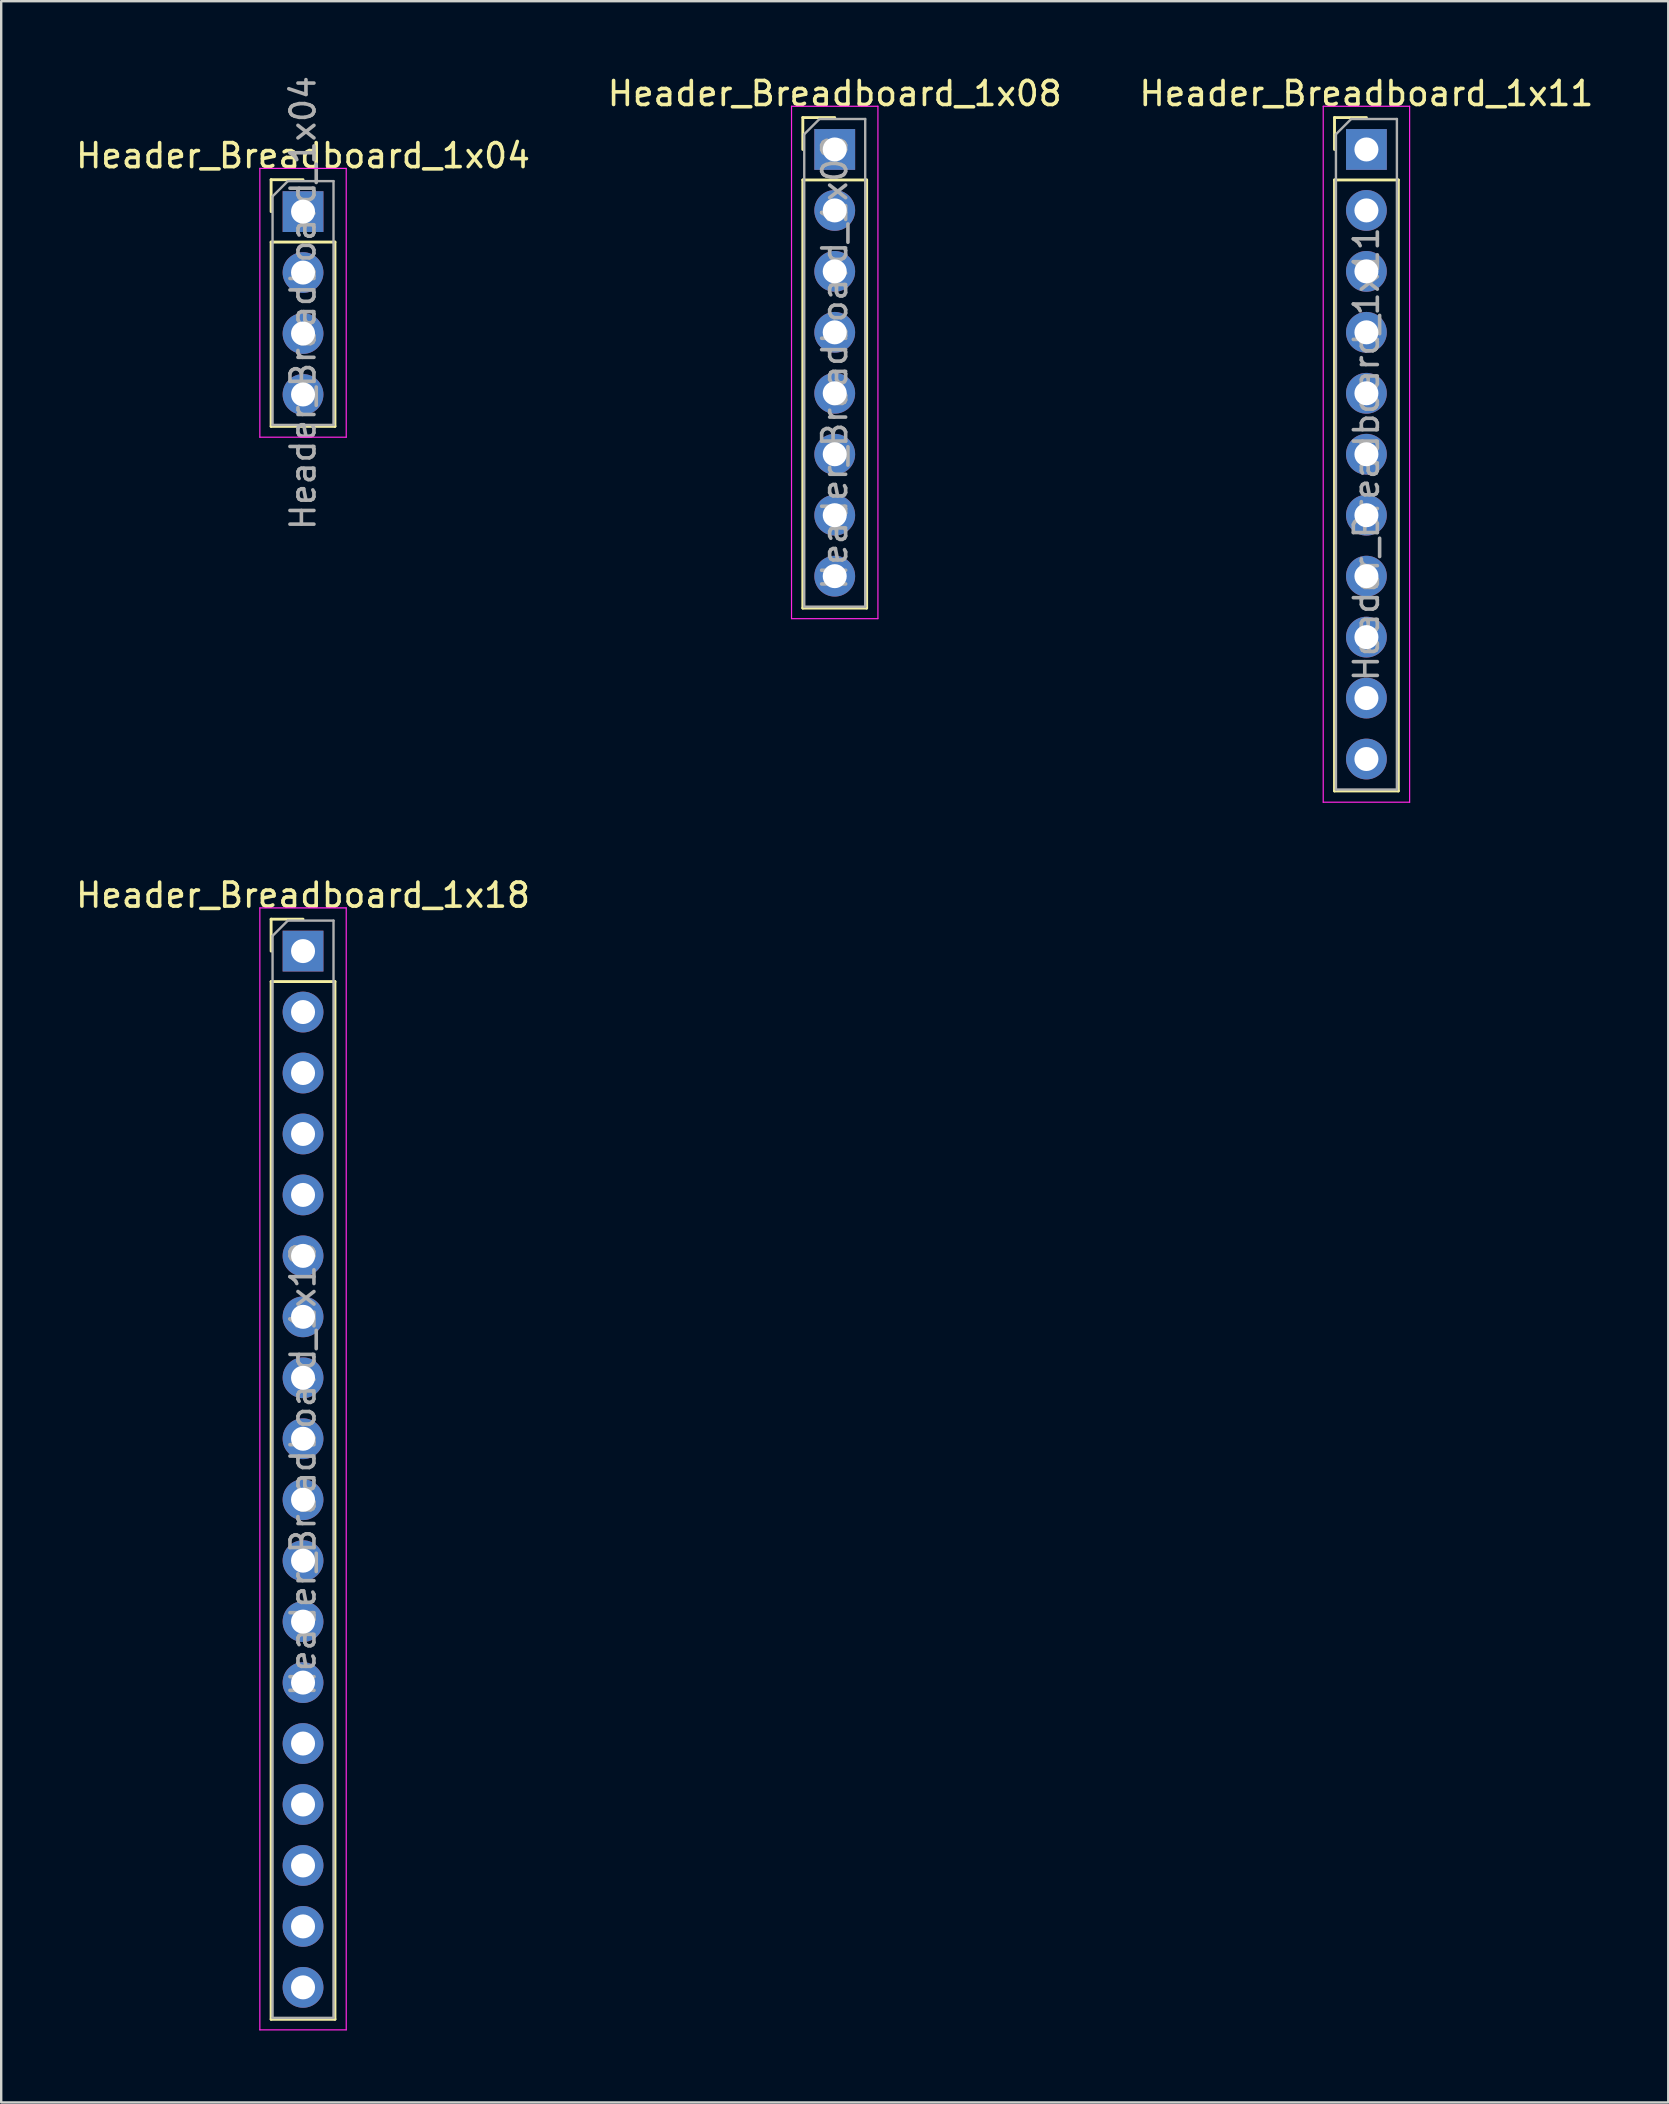
<source format=kicad_pcb>
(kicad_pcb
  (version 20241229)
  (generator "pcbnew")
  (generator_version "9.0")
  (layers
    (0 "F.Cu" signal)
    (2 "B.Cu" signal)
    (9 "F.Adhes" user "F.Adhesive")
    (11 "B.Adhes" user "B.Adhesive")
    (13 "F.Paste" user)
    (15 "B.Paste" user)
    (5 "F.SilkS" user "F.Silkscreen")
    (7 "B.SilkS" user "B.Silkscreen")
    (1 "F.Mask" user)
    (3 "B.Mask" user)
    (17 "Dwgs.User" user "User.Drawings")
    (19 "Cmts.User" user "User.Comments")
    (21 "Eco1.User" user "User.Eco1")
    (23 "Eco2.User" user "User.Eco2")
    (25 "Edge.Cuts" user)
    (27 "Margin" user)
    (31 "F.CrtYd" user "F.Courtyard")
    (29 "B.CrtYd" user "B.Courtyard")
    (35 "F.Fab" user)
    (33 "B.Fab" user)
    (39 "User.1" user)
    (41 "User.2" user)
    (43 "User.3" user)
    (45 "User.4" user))
  (footprint "Header_Breadboard_1x08"
    (layer "F.Cu")
    (at 31.732 3.178)
    (property "Reference" "Header_Breadboard_1x08" (at 0 -2.33 0) (layer "F.SilkS") (effects (font (size 1 1) (thickness 0.15))))
    (attr through_hole)
    (fp_line (start -1.33 -1.33) (end 0 -1.33) (stroke (width 0.12) (type solid)) (layer "F.SilkS"))
    (fp_line (start -1.33 0) (end -1.33 -1.33) (stroke (width 0.12) (type solid)) (layer "F.SilkS"))
    (fp_line (start -1.33 1.27) (end -1.33 19.11) (stroke (width 0.12) (type solid)) (layer "F.SilkS"))
    (fp_line (start -1.33 1.27) (end 1.33 1.27) (stroke (width 0.12) (type solid)) (layer "F.SilkS"))
    (fp_line (start -1.33 19.11) (end 1.33 19.11) (stroke (width 0.12) (type solid)) (layer "F.SilkS"))
    (fp_line (start 1.33 1.27) (end 1.33 19.11) (stroke (width 0.12) (type solid)) (layer "F.SilkS"))
    (fp_line (start -1.8 -1.8) (end -1.8 19.55) (stroke (width 0.05) (type solid)) (layer "F.CrtYd"))
    (fp_line (start -1.8 19.55) (end 1.8 19.55) (stroke (width 0.05) (type solid)) (layer "F.CrtYd"))
    (fp_line (start 1.8 -1.8) (end -1.8 -1.8) (stroke (width 0.05) (type solid)) (layer "F.CrtYd"))
    (fp_line (start 1.8 19.55) (end 1.8 -1.8) (stroke (width 0.05) (type solid)) (layer "F.CrtYd"))
    (fp_line (start -1.27 -0.635) (end -0.635 -1.27) (stroke (width 0.1) (type solid)) (layer "F.Fab"))
    (fp_line (start -1.27 19.05) (end -1.27 -0.635) (stroke (width 0.1) (type solid)) (layer "F.Fab"))
    (fp_line (start -0.635 -1.27) (end 1.27 -1.27) (stroke (width 0.1) (type solid)) (layer "F.Fab"))
    (fp_line (start 1.27 -1.27) (end 1.27 19.05) (stroke (width 0.1) (type solid)) (layer "F.Fab"))
    (fp_line (start 1.27 19.05) (end -1.27 19.05) (stroke (width 0.1) (type solid)) (layer "F.Fab"))
    (fp_text user "${REFERENCE}" (at 0 8.89 90) (layer "F.Fab") (effects (font (size 1 1) (thickness 0.15))))
    (pad "1" thru_hole rect (at 0 0) (size 1.7 1.7) (drill 1) (layers "*.Cu" "*.Mask"))
    (pad "2" thru_hole oval (at 0 2.54) (size 1.7 1.7) (drill 1) (layers "*.Cu" "*.Mask"))
    (pad "3" thru_hole oval (at 0 5.08) (size 1.7 1.7) (drill 1) (layers "*.Cu" "*.Mask"))
    (pad "4" thru_hole oval (at 0 7.62) (size 1.7 1.7) (drill 1) (layers "*.Cu" "*.Mask"))
    (pad "5" thru_hole oval (at 0 10.16) (size 1.7 1.7) (drill 1) (layers "*.Cu" "*.Mask"))
    (pad "6" thru_hole oval (at 0 12.7) (size 1.7 1.7) (drill 1) (layers "*.Cu" "*.Mask"))
    (pad "7" thru_hole oval (at 0 15.24) (size 1.7 1.7) (drill 1) (layers "*.Cu" "*.Mask"))
    (pad "8" thru_hole oval (at 0 17.78) (size 1.7 1.7) (drill 1) (layers "*.Cu" "*.Mask")))
  (footprint "Header_Breadboard_1x18"
    (layer "F.Cu")
    (at 9.577 36.581)
    (property "Reference" "Header_Breadboard_1x18" (at 0 -2.33 0) (layer "F.SilkS") (effects (font (size 1 1) (thickness 0.15))))
    (attr through_hole)
    (fp_line (start -1.33 -1.33) (end 0 -1.33) (stroke (width 0.12) (type solid)) (layer "F.SilkS"))
    (fp_line (start -1.33 0) (end -1.33 -1.33) (stroke (width 0.12) (type solid)) (layer "F.SilkS"))
    (fp_line (start -1.33 1.27) (end -1.33 44.51) (stroke (width 0.12) (type solid)) (layer "F.SilkS"))
    (fp_line (start -1.33 1.27) (end 1.33 1.27) (stroke (width 0.12) (type solid)) (layer "F.SilkS"))
    (fp_line (start -1.33 44.51) (end 1.33 44.51) (stroke (width 0.12) (type solid)) (layer "F.SilkS"))
    (fp_line (start 1.33 1.27) (end 1.33 44.51) (stroke (width 0.12) (type solid)) (layer "F.SilkS"))
    (fp_line (start -1.8 -1.8) (end -1.8 44.95) (stroke (width 0.05) (type solid)) (layer "F.CrtYd"))
    (fp_line (start -1.8 44.95) (end 1.8 44.95) (stroke (width 0.05) (type solid)) (layer "F.CrtYd"))
    (fp_line (start 1.8 -1.8) (end -1.8 -1.8) (stroke (width 0.05) (type solid)) (layer "F.CrtYd"))
    (fp_line (start 1.8 44.95) (end 1.8 -1.8) (stroke (width 0.05) (type solid)) (layer "F.CrtYd"))
    (fp_line (start -1.27 -0.635) (end -0.635 -1.27) (stroke (width 0.1) (type solid)) (layer "F.Fab"))
    (fp_line (start -1.27 44.45) (end -1.27 -0.635) (stroke (width 0.1) (type solid)) (layer "F.Fab"))
    (fp_line (start -0.635 -1.27) (end 1.27 -1.27) (stroke (width 0.1) (type solid)) (layer "F.Fab"))
    (fp_line (start 1.27 -1.27) (end 1.27 44.45) (stroke (width 0.1) (type solid)) (layer "F.Fab"))
    (fp_line (start 1.27 44.45) (end -1.27 44.45) (stroke (width 0.1) (type solid)) (layer "F.Fab"))
    (fp_text user "${REFERENCE}" (at 0 21.59 90) (layer "F.Fab") (effects (font (size 1 1) (thickness 0.15))))
    (pad "1" thru_hole rect (at 0 0) (size 1.7 1.7) (drill 1) (layers "*.Cu" "*.Mask"))
    (pad "2" thru_hole oval (at 0 2.54) (size 1.7 1.7) (drill 1) (layers "*.Cu" "*.Mask"))
    (pad "3" thru_hole oval (at 0 5.08) (size 1.7 1.7) (drill 1) (layers "*.Cu" "*.Mask"))
    (pad "4" thru_hole oval (at 0 7.62) (size 1.7 1.7) (drill 1) (layers "*.Cu" "*.Mask"))
    (pad "5" thru_hole oval (at 0 10.16) (size 1.7 1.7) (drill 1) (layers "*.Cu" "*.Mask"))
    (pad "6" thru_hole oval (at 0 12.7) (size 1.7 1.7) (drill 1) (layers "*.Cu" "*.Mask"))
    (pad "7" thru_hole oval (at 0 15.24) (size 1.7 1.7) (drill 1) (layers "*.Cu" "*.Mask"))
    (pad "8" thru_hole oval (at 0 17.78) (size 1.7 1.7) (drill 1) (layers "*.Cu" "*.Mask"))
    (pad "9" thru_hole oval (at 0 20.32) (size 1.7 1.7) (drill 1) (layers "*.Cu" "*.Mask"))
    (pad "10" thru_hole oval (at 0 22.86) (size 1.7 1.7) (drill 1) (layers "*.Cu" "*.Mask"))
    (pad "11" thru_hole oval (at 0 25.4) (size 1.7 1.7) (drill 1) (layers "*.Cu" "*.Mask"))
    (pad "12" thru_hole oval (at 0 27.94) (size 1.7 1.7) (drill 1) (layers "*.Cu" "*.Mask"))
    (pad "13" thru_hole oval (at 0 30.48) (size 1.7 1.7) (drill 1) (layers "*.Cu" "*.Mask"))
    (pad "14" thru_hole oval (at 0 33.02) (size 1.7 1.7) (drill 1) (layers "*.Cu" "*.Mask"))
    (pad "15" thru_hole oval (at 0 35.56) (size 1.7 1.7) (drill 1) (layers "*.Cu" "*.Mask"))
    (pad "16" thru_hole oval (at 0 38.1) (size 1.7 1.7) (drill 1) (layers "*.Cu" "*.Mask"))
    (pad "17" thru_hole oval (at 0 40.64) (size 1.7 1.7) (drill 1) (layers "*.Cu" "*.Mask"))
    (pad "18" thru_hole oval (at 0 43.18) (size 1.7 1.7) (drill 1) (layers "*.Cu" "*.Mask")))
  (footprint "Header_Breadboard_1x11"
    (layer "F.Cu")
    (at 53.887 3.178)
    (property "Reference" "Header_Breadboard_1x11" (at 0 -2.33 0) (layer "F.SilkS") (effects (font (size 1 1) (thickness 0.15))))
    (attr through_hole)
    (fp_line (start -1.33 -1.33) (end 0 -1.33) (stroke (width 0.12) (type solid)) (layer "F.SilkS"))
    (fp_line (start -1.33 0) (end -1.33 -1.33) (stroke (width 0.12) (type solid)) (layer "F.SilkS"))
    (fp_line (start -1.33 1.27) (end -1.33 26.73) (stroke (width 0.12) (type solid)) (layer "F.SilkS"))
    (fp_line (start -1.33 1.27) (end 1.33 1.27) (stroke (width 0.12) (type solid)) (layer "F.SilkS"))
    (fp_line (start -1.33 26.73) (end 1.33 26.73) (stroke (width 0.12) (type solid)) (layer "F.SilkS"))
    (fp_line (start 1.33 1.27) (end 1.33 26.73) (stroke (width 0.12) (type solid)) (layer "F.SilkS"))
    (fp_line (start -1.8 -1.8) (end -1.8 27.2) (stroke (width 0.05) (type solid)) (layer "F.CrtYd"))
    (fp_line (start -1.8 27.2) (end 1.8 27.2) (stroke (width 0.05) (type solid)) (layer "F.CrtYd"))
    (fp_line (start 1.8 -1.8) (end -1.8 -1.8) (stroke (width 0.05) (type solid)) (layer "F.CrtYd"))
    (fp_line (start 1.8 27.2) (end 1.8 -1.8) (stroke (width 0.05) (type solid)) (layer "F.CrtYd"))
    (fp_line (start -1.27 -0.635) (end -0.635 -1.27) (stroke (width 0.1) (type solid)) (layer "F.Fab"))
    (fp_line (start -1.27 26.67) (end -1.27 -0.635) (stroke (width 0.1) (type solid)) (layer "F.Fab"))
    (fp_line (start -0.635 -1.27) (end 1.27 -1.27) (stroke (width 0.1) (type solid)) (layer "F.Fab"))
    (fp_line (start 1.27 -1.27) (end 1.27 26.67) (stroke (width 0.1) (type solid)) (layer "F.Fab"))
    (fp_line (start 1.27 26.67) (end -1.27 26.67) (stroke (width 0.1) (type solid)) (layer "F.Fab"))
    (fp_text user "${REFERENCE}" (at 0 12.7 90) (layer "F.Fab") (effects (font (size 1 1) (thickness 0.15))))
    (pad "1" thru_hole rect (at 0 0) (size 1.7 1.7) (drill 1) (layers "*.Cu" "*.Mask"))
    (pad "2" thru_hole oval (at 0 2.54) (size 1.7 1.7) (drill 1) (layers "*.Cu" "*.Mask"))
    (pad "3" thru_hole oval (at 0 5.08) (size 1.7 1.7) (drill 1) (layers "*.Cu" "*.Mask"))
    (pad "4" thru_hole oval (at 0 7.62) (size 1.7 1.7) (drill 1) (layers "*.Cu" "*.Mask"))
    (pad "5" thru_hole oval (at 0 10.16) (size 1.7 1.7) (drill 1) (layers "*.Cu" "*.Mask"))
    (pad "6" thru_hole oval (at 0 12.7) (size 1.7 1.7) (drill 1) (layers "*.Cu" "*.Mask"))
    (pad "7" thru_hole oval (at 0 15.24) (size 1.7 1.7) (drill 1) (layers "*.Cu" "*.Mask"))
    (pad "8" thru_hole oval (at 0 17.78) (size 1.7 1.7) (drill 1) (layers "*.Cu" "*.Mask"))
    (pad "9" thru_hole oval (at 0 20.32) (size 1.7 1.7) (drill 1) (layers "*.Cu" "*.Mask"))
    (pad "10" thru_hole oval (at 0 22.86) (size 1.7 1.7) (drill 1) (layers "*.Cu" "*.Mask"))
    (pad "11" thru_hole oval (at 0 25.4) (size 1.7 1.7) (drill 1) (layers "*.Cu" "*.Mask")))
  (footprint "Header_Breadboard_1x04"
    (layer "F.Cu")
    (at 9.577 5.767)
    (property "Reference" "Header_Breadboard_1x04" (at 0 -2.33 0) (layer "F.SilkS") (effects (font (size 1 1) (thickness 0.15))))
    (attr through_hole)
    (fp_line (start -1.33 -1.33) (end 0 -1.33) (stroke (width 0.12) (type solid)) (layer "F.SilkS"))
    (fp_line (start -1.33 0) (end -1.33 -1.33) (stroke (width 0.12) (type solid)) (layer "F.SilkS"))
    (fp_line (start -1.33 1.27) (end -1.33 8.95) (stroke (width 0.12) (type solid)) (layer "F.SilkS"))
    (fp_line (start -1.33 1.27) (end 1.33 1.27) (stroke (width 0.12) (type solid)) (layer "F.SilkS"))
    (fp_line (start -1.33 8.95) (end 1.33 8.95) (stroke (width 0.12) (type solid)) (layer "F.SilkS"))
    (fp_line (start 1.33 1.27) (end 1.33 8.95) (stroke (width 0.12) (type solid)) (layer "F.SilkS"))
    (fp_line (start -1.8 -1.8) (end -1.8 9.4) (stroke (width 0.05) (type solid)) (layer "F.CrtYd"))
    (fp_line (start -1.8 9.4) (end 1.8 9.4) (stroke (width 0.05) (type solid)) (layer "F.CrtYd"))
    (fp_line (start 1.8 -1.8) (end -1.8 -1.8) (stroke (width 0.05) (type solid)) (layer "F.CrtYd"))
    (fp_line (start 1.8 9.4) (end 1.8 -1.8) (stroke (width 0.05) (type solid)) (layer "F.CrtYd"))
    (fp_line (start -1.27 -0.635) (end -0.635 -1.27) (stroke (width 0.1) (type solid)) (layer "F.Fab"))
    (fp_line (start -1.27 8.89) (end -1.27 -0.635) (stroke (width 0.1) (type solid)) (layer "F.Fab"))
    (fp_line (start -0.635 -1.27) (end 1.27 -1.27) (stroke (width 0.1) (type solid)) (layer "F.Fab"))
    (fp_line (start 1.27 -1.27) (end 1.27 8.89) (stroke (width 0.1) (type solid)) (layer "F.Fab"))
    (fp_line (start 1.27 8.89) (end -1.27 8.89) (stroke (width 0.1) (type solid)) (layer "F.Fab"))
    (fp_text user "${REFERENCE}" (at 0 3.81 90) (layer "F.Fab") (effects (font (size 1 1) (thickness 0.15))))
    (pad "1" thru_hole rect (at 0 0) (size 1.7 1.7) (drill 1) (layers "*.Cu" "*.Mask"))
    (pad "2" thru_hole oval (at 0 2.54) (size 1.7 1.7) (drill 1) (layers "*.Cu" "*.Mask"))
    (pad "3" thru_hole oval (at 0 5.08) (size 1.7 1.7) (drill 1) (layers "*.Cu" "*.Mask"))
    (pad "4" thru_hole oval (at 0 7.62) (size 1.7 1.7) (drill 1) (layers "*.Cu" "*.Mask")))
  (gr_rect
    (start -3 -3)
    (end 66.464 84.556)
    (stroke (width 0.1) (type default))
    (fill no)
    (layer "Edge.Cuts")))
</source>
